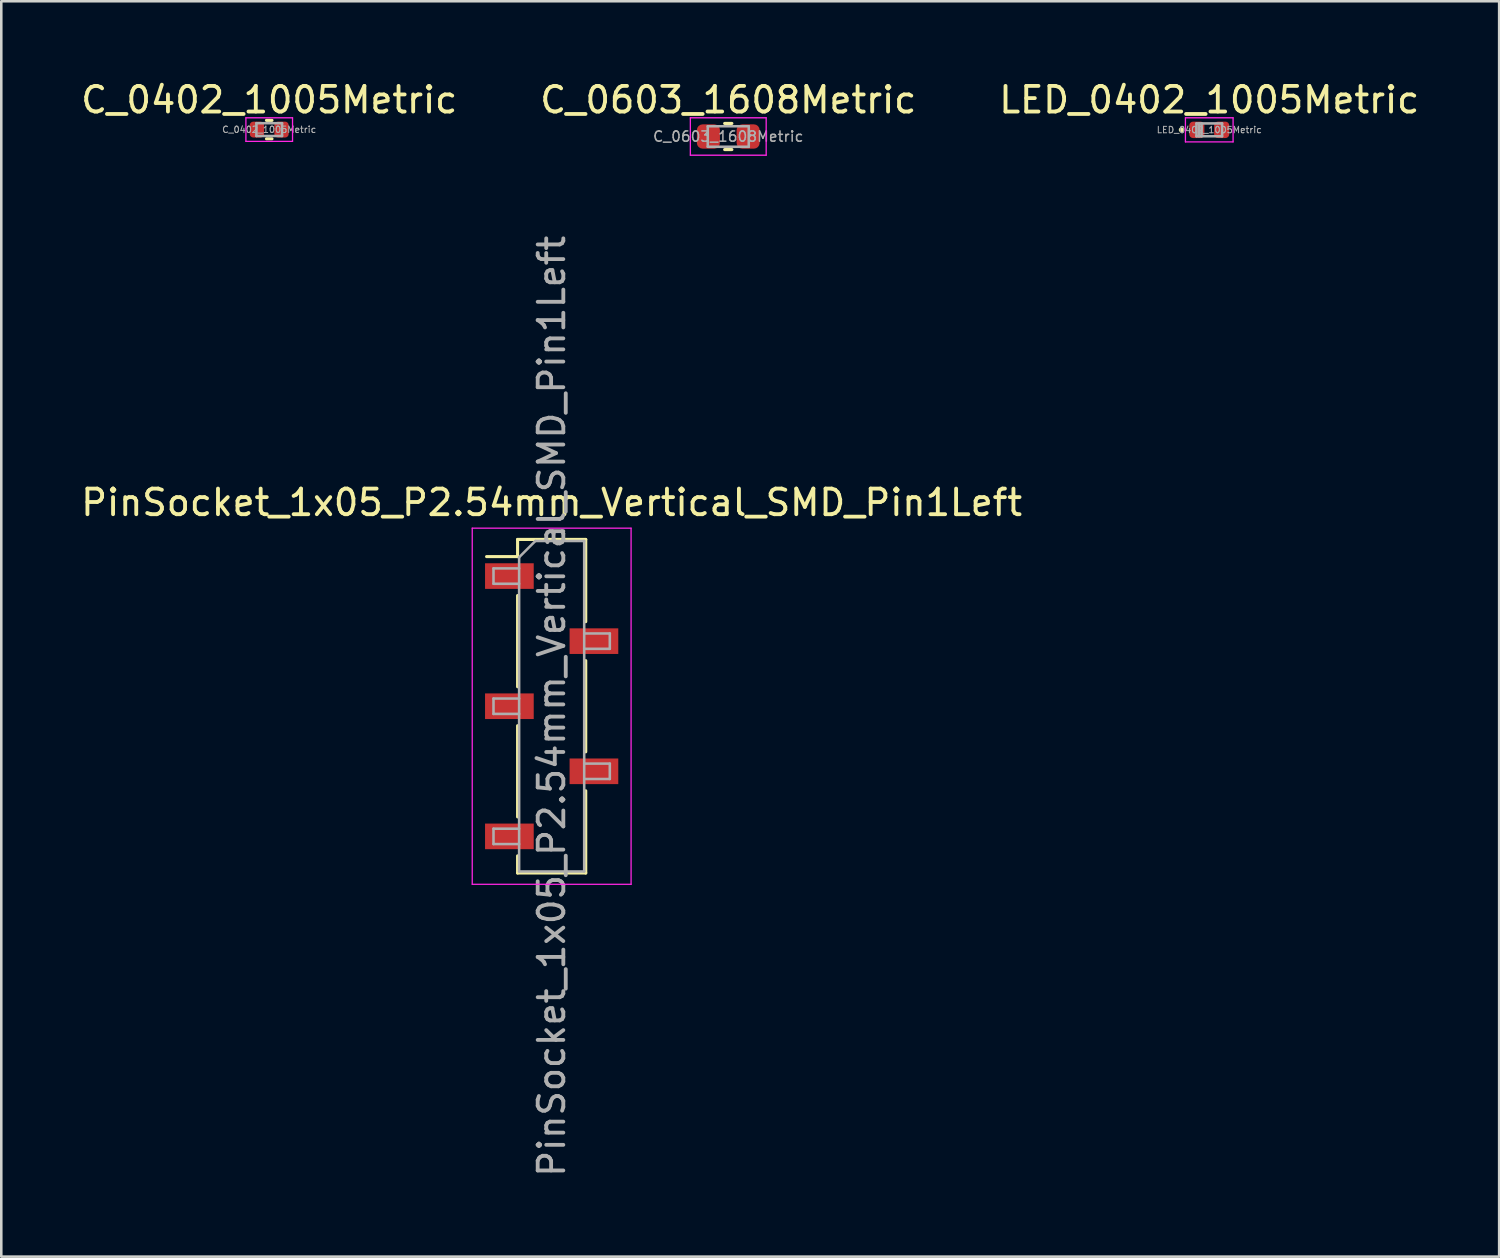
<source format=kicad_pcb>
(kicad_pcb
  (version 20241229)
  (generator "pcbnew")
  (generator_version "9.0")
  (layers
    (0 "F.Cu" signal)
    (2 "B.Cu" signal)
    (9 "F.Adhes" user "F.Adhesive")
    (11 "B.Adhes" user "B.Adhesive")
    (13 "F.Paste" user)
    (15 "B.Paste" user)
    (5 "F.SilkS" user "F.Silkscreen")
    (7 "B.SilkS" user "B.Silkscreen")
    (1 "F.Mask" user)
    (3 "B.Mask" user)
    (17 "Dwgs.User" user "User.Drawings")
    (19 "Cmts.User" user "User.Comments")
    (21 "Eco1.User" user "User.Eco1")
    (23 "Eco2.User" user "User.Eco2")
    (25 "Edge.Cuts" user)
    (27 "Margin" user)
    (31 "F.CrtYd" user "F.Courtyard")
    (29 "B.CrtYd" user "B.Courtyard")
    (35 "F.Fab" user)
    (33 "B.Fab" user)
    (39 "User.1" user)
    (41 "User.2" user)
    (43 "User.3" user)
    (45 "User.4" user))
  (footprint "LED_0402_1005Metric"
    (layer "F.Cu")
    (at 44.149 2.018)
    (property "Reference" "LED_0402_1005Metric" (at 0 -1.17 180) (layer "F.SilkS") (effects (font (size 1 1) (thickness 0.15))))
    (attr smd)
    (fp_circle (center -1.09 0) (end -1.04 0) (stroke (width 0.1) (type solid)) (fill no) (layer "F.SilkS"))
    (fp_line (start -0.93 -0.47) (end 0.93 -0.47) (stroke (width 0.05) (type solid)) (layer "F.CrtYd"))
    (fp_line (start -0.93 0.47) (end -0.93 -0.47) (stroke (width 0.05) (type solid)) (layer "F.CrtYd"))
    (fp_line (start 0.93 -0.47) (end 0.93 0.47) (stroke (width 0.05) (type solid)) (layer "F.CrtYd"))
    (fp_line (start 0.93 0.47) (end -0.93 0.47) (stroke (width 0.05) (type solid)) (layer "F.CrtYd"))
    (fp_line (start -0.5 -0.25) (end 0.5 -0.25) (stroke (width 0.1) (type solid)) (layer "F.Fab"))
    (fp_line (start -0.5 0.25) (end -0.5 -0.25) (stroke (width 0.1) (type solid)) (layer "F.Fab"))
    (fp_line (start -0.4 0.25) (end -0.4 -0.25) (stroke (width 0.1) (type solid)) (layer "F.Fab"))
    (fp_line (start -0.3 0.25) (end -0.3 -0.25) (stroke (width 0.1) (type solid)) (layer "F.Fab"))
    (fp_line (start 0.5 -0.25) (end 0.5 0.25) (stroke (width 0.1) (type solid)) (layer "F.Fab"))
    (fp_line (start 0.5 0.25) (end -0.5 0.25) (stroke (width 0.1) (type solid)) (layer "F.Fab"))
    (fp_text user "${REFERENCE}" (at 0 0 180) (layer "F.Fab") (effects (font (size 0.25 0.25) (thickness 0.04))))
    (pad "1" smd roundrect (at -0.485 0) (size 0.59 0.64) (layers "F.Cu" "F.Mask" "F.Paste") (roundrect_rratio 0.25))
    (pad "2" smd roundrect (at 0.485 0) (size 0.59 0.64) (layers "F.Cu" "F.Mask" "F.Paste") (roundrect_rratio 0.25)))
  (footprint "C_0402_1005Metric"
    (layer "F.Cu")
    (at 7.458 2.008)
    (property "Reference" "C_0402_1005Metric" (at 0 -1.16 0) (layer "F.SilkS") (effects (font (size 1 1) (thickness 0.15))))
    (attr smd)
    (fp_line (start -0.108 -0.36) (end 0.108 -0.36) (stroke (width 0.12) (type solid)) (layer "F.SilkS"))
    (fp_line (start -0.108 0.36) (end 0.108 0.36) (stroke (width 0.12) (type solid)) (layer "F.SilkS"))
    (fp_line (start -0.91 -0.46) (end 0.91 -0.46) (stroke (width 0.05) (type solid)) (layer "F.CrtYd"))
    (fp_line (start -0.91 0.46) (end -0.91 -0.46) (stroke (width 0.05) (type solid)) (layer "F.CrtYd"))
    (fp_line (start 0.91 -0.46) (end 0.91 0.46) (stroke (width 0.05) (type solid)) (layer "F.CrtYd"))
    (fp_line (start 0.91 0.46) (end -0.91 0.46) (stroke (width 0.05) (type solid)) (layer "F.CrtYd"))
    (fp_line (start -0.5 -0.25) (end 0.5 -0.25) (stroke (width 0.1) (type solid)) (layer "F.Fab"))
    (fp_line (start -0.5 0.25) (end -0.5 -0.25) (stroke (width 0.1) (type solid)) (layer "F.Fab"))
    (fp_line (start 0.5 -0.25) (end 0.5 0.25) (stroke (width 0.1) (type solid)) (layer "F.Fab"))
    (fp_line (start 0.5 0.25) (end -0.5 0.25) (stroke (width 0.1) (type solid)) (layer "F.Fab"))
    (fp_text user "${REFERENCE}" (at 0 0 0) (layer "F.Fab") (effects (font (size 0.25 0.25) (thickness 0.04))))
    (pad "1" smd roundrect (at -0.48 0) (size 0.56 0.62) (layers "F.Cu" "F.Mask" "F.Paste") (roundrect_rratio 0.25))
    (pad "2" smd roundrect (at 0.48 0) (size 0.56 0.62) (layers "F.Cu" "F.Mask" "F.Paste") (roundrect_rratio 0.25)))
  (footprint "PinSocket_1x05_P2.54mm_Vertical_SMD_Pin1Left"
    (layer "F.Cu")
    (at 18.482 24.515)
    (property "Reference" "PinSocket_1x05_P2.54mm_Vertical_SMD_Pin1Left" (at 0 -7.95 0) (layer "F.SilkS") (effects (font (size 1 1) (thickness 0.15))))
    (attr smd)
    (fp_line (start -2.54 -5.84) (end -1.33 -5.84) (stroke (width 0.12) (type solid)) (layer "F.SilkS"))
    (fp_line (start -1.33 -6.51) (end -1.33 -5.84) (stroke (width 0.12) (type solid)) (layer "F.SilkS"))
    (fp_line (start -1.33 -6.51) (end 1.33 -6.51) (stroke (width 0.12) (type solid)) (layer "F.SilkS"))
    (fp_line (start -1.33 -4.32) (end -1.33 -0.76) (stroke (width 0.12) (type solid)) (layer "F.SilkS"))
    (fp_line (start -1.33 0.76) (end -1.33 4.32) (stroke (width 0.12) (type solid)) (layer "F.SilkS"))
    (fp_line (start -1.33 5.84) (end -1.33 6.51) (stroke (width 0.12) (type solid)) (layer "F.SilkS"))
    (fp_line (start -1.33 6.51) (end 1.33 6.51) (stroke (width 0.12) (type solid)) (layer "F.SilkS"))
    (fp_line (start 1.33 -6.51) (end 1.33 -3.3) (stroke (width 0.12) (type solid)) (layer "F.SilkS"))
    (fp_line (start 1.33 -1.78) (end 1.33 1.78) (stroke (width 0.12) (type solid)) (layer "F.SilkS"))
    (fp_line (start 1.33 3.3) (end 1.33 6.51) (stroke (width 0.12) (type solid)) (layer "F.SilkS"))
    (fp_line (start -3.1 -6.95) (end 3.1 -6.95) (stroke (width 0.05) (type solid)) (layer "F.CrtYd"))
    (fp_line (start -3.1 6.95) (end -3.1 -6.95) (stroke (width 0.05) (type solid)) (layer "F.CrtYd"))
    (fp_line (start 3.1 -6.95) (end 3.1 6.95) (stroke (width 0.05) (type solid)) (layer "F.CrtYd"))
    (fp_line (start 3.1 6.95) (end -3.1 6.95) (stroke (width 0.05) (type solid)) (layer "F.CrtYd"))
    (fp_line (start -2.27 -5.38) (end -1.27 -5.38) (stroke (width 0.1) (type solid)) (layer "F.Fab"))
    (fp_line (start -2.27 -4.78) (end -2.27 -5.38) (stroke (width 0.1) (type solid)) (layer "F.Fab"))
    (fp_line (start -2.27 -0.3) (end -1.27 -0.3) (stroke (width 0.1) (type solid)) (layer "F.Fab"))
    (fp_line (start -2.27 0.3) (end -2.27 -0.3) (stroke (width 0.1) (type solid)) (layer "F.Fab"))
    (fp_line (start -2.27 4.78) (end -1.27 4.78) (stroke (width 0.1) (type solid)) (layer "F.Fab"))
    (fp_line (start -2.27 5.38) (end -2.27 4.78) (stroke (width 0.1) (type solid)) (layer "F.Fab"))
    (fp_line (start -1.27 -5.815) (end -0.635 -6.45) (stroke (width 0.1) (type solid)) (layer "F.Fab"))
    (fp_line (start -1.27 -4.78) (end -2.27 -4.78) (stroke (width 0.1) (type solid)) (layer "F.Fab"))
    (fp_line (start -1.27 0.3) (end -2.27 0.3) (stroke (width 0.1) (type solid)) (layer "F.Fab"))
    (fp_line (start -1.27 5.38) (end -2.27 5.38) (stroke (width 0.1) (type solid)) (layer "F.Fab"))
    (fp_line (start -1.27 6.45) (end -1.27 -5.815) (stroke (width 0.1) (type solid)) (layer "F.Fab"))
    (fp_line (start -0.635 -6.45) (end 1.27 -6.45) (stroke (width 0.1) (type solid)) (layer "F.Fab"))
    (fp_line (start 1.27 -6.45) (end 1.27 6.45) (stroke (width 0.1) (type solid)) (layer "F.Fab"))
    (fp_line (start 1.27 -2.84) (end 2.27 -2.84) (stroke (width 0.1) (type solid)) (layer "F.Fab"))
    (fp_line (start 1.27 2.24) (end 2.27 2.24) (stroke (width 0.1) (type solid)) (layer "F.Fab"))
    (fp_line (start 1.27 6.45) (end -1.27 6.45) (stroke (width 0.1) (type solid)) (layer "F.Fab"))
    (fp_line (start 2.27 -2.84) (end 2.27 -2.24) (stroke (width 0.1) (type solid)) (layer "F.Fab"))
    (fp_line (start 2.27 -2.24) (end 1.27 -2.24) (stroke (width 0.1) (type solid)) (layer "F.Fab"))
    (fp_line (start 2.27 2.24) (end 2.27 2.84) (stroke (width 0.1) (type solid)) (layer "F.Fab"))
    (fp_line (start 2.27 2.84) (end 1.27 2.84) (stroke (width 0.1) (type solid)) (layer "F.Fab"))
    (fp_text user "${REFERENCE}" (at 0 0 90) (layer "F.Fab") (effects (font (size 1 1) (thickness 0.15))))
    (pad "1" smd rect (at -1.65 -5.08) (size 1.9 1) (layers "F.Cu" "F.Mask" "F.Paste"))
    (pad "2" smd rect (at 1.65 -2.54) (size 1.9 1) (layers "F.Cu" "F.Mask" "F.Paste"))
    (pad "3" smd rect (at -1.65 0) (size 1.9 1) (layers "F.Cu" "F.Mask" "F.Paste"))
    (pad "4" smd rect (at 1.65 2.54) (size 1.9 1) (layers "F.Cu" "F.Mask" "F.Paste"))
    (pad "5" smd rect (at -1.65 5.08) (size 1.9 1) (layers "F.Cu" "F.Mask" "F.Paste")))
  (footprint "C_0603_1608Metric"
    (layer "F.Cu")
    (at 25.375 2.278)
    (property "Reference" "C_0603_1608Metric" (at 0 -1.43 180) (layer "F.SilkS") (effects (font (size 1 1) (thickness 0.15))))
    (attr smd)
    (fp_line (start -0.141 -0.51) (end 0.141 -0.51) (stroke (width 0.12) (type solid)) (layer "F.SilkS"))
    (fp_line (start -0.141 0.51) (end 0.141 0.51) (stroke (width 0.12) (type solid)) (layer "F.SilkS"))
    (fp_line (start -1.48 -0.73) (end 1.48 -0.73) (stroke (width 0.05) (type solid)) (layer "F.CrtYd"))
    (fp_line (start -1.48 0.73) (end -1.48 -0.73) (stroke (width 0.05) (type solid)) (layer "F.CrtYd"))
    (fp_line (start 1.48 -0.73) (end 1.48 0.73) (stroke (width 0.05) (type solid)) (layer "F.CrtYd"))
    (fp_line (start 1.48 0.73) (end -1.48 0.73) (stroke (width 0.05) (type solid)) (layer "F.CrtYd"))
    (fp_line (start -0.8 -0.4) (end 0.8 -0.4) (stroke (width 0.1) (type solid)) (layer "F.Fab"))
    (fp_line (start -0.8 0.4) (end -0.8 -0.4) (stroke (width 0.1) (type solid)) (layer "F.Fab"))
    (fp_line (start 0.8 -0.4) (end 0.8 0.4) (stroke (width 0.1) (type solid)) (layer "F.Fab"))
    (fp_line (start 0.8 0.4) (end -0.8 0.4) (stroke (width 0.1) (type solid)) (layer "F.Fab"))
    (fp_text user "${REFERENCE}" (at 0 0 180) (layer "F.Fab") (effects (font (size 0.4 0.4) (thickness 0.06))))
    (pad "1" smd roundrect (at -0.775 0) (size 0.9 0.95) (layers "F.Cu" "F.Mask" "F.Paste") (roundrect_rratio 0.25))
    (pad "2" smd roundrect (at 0.775 0) (size 0.9 0.95) (layers "F.Cu" "F.Mask" "F.Paste") (roundrect_rratio 0.25)))
  (gr_rect
    (start -3 -3)
    (end 55.464 45.998)
    (stroke (width 0.1) (type default))
    (fill no)
    (layer "Edge.Cuts")))
</source>
